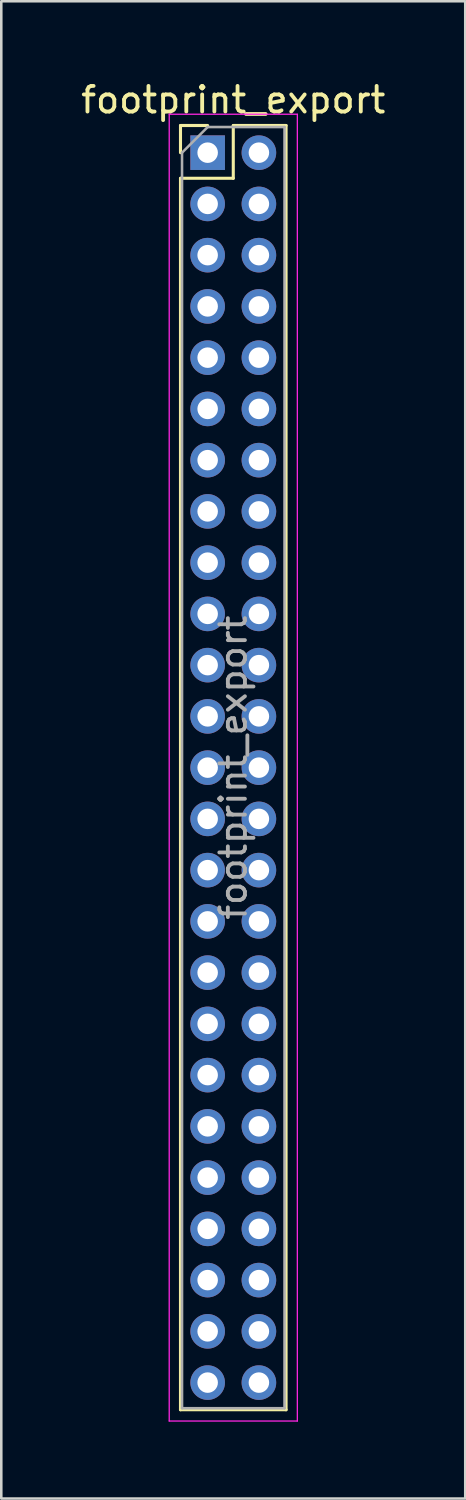
<source format=kicad_pcb>
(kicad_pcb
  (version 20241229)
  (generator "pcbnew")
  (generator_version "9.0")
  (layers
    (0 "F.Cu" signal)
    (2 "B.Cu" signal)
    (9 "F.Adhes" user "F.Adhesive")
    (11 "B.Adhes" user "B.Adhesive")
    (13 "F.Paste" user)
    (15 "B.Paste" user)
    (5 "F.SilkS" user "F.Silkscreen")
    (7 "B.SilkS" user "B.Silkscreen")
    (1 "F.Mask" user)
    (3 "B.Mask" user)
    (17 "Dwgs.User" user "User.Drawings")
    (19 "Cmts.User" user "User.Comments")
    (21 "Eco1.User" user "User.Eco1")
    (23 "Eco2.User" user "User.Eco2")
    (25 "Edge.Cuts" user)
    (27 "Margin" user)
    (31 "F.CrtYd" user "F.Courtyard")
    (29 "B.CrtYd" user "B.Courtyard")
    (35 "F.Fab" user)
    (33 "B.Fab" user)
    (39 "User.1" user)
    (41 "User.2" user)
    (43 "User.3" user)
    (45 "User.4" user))
  (footprint "footprint_export"
    (layer "F.Cu")
    (at 5.054 2.908)
    (property "Reference" "footprint_export" (at 1 -2.06 0) (layer "F.SilkS") (effects (font (size 1 1) (thickness 0.15))))
    (attr through_hole)
    (fp_line (start -1.06 -1.06) (end 0 -1.06) (stroke (width 0.12) (type solid)) (layer "F.SilkS"))
    (fp_line (start -1.06 0) (end -1.06 -1.06) (stroke (width 0.12) (type solid)) (layer "F.SilkS"))
    (fp_line (start -1.06 1) (end -1.06 49.06) (stroke (width 0.12) (type solid)) (layer "F.SilkS"))
    (fp_line (start -1.06 1) (end 1 1) (stroke (width 0.12) (type solid)) (layer "F.SilkS"))
    (fp_line (start -1.06 49.06) (end 3.06 49.06) (stroke (width 0.12) (type solid)) (layer "F.SilkS"))
    (fp_line (start 1 -1.06) (end 3.06 -1.06) (stroke (width 0.12) (type solid)) (layer "F.SilkS"))
    (fp_line (start 1 1) (end 1 -1.06) (stroke (width 0.12) (type solid)) (layer "F.SilkS"))
    (fp_line (start 3.06 -1.06) (end 3.06 49.06) (stroke (width 0.12) (type solid)) (layer "F.SilkS"))
    (fp_line (start -1.5 -1.5) (end -1.5 49.5) (stroke (width 0.05) (type solid)) (layer "F.CrtYd"))
    (fp_line (start -1.5 49.5) (end 3.5 49.5) (stroke (width 0.05) (type solid)) (layer "F.CrtYd"))
    (fp_line (start 3.5 -1.5) (end -1.5 -1.5) (stroke (width 0.05) (type solid)) (layer "F.CrtYd"))
    (fp_line (start 3.5 49.5) (end 3.5 -1.5) (stroke (width 0.05) (type solid)) (layer "F.CrtYd"))
    (fp_line (start -1 0) (end 0 -1) (stroke (width 0.1) (type solid)) (layer "F.Fab"))
    (fp_line (start -1 49) (end -1 0) (stroke (width 0.1) (type solid)) (layer "F.Fab"))
    (fp_line (start 0 -1) (end 3 -1) (stroke (width 0.1) (type solid)) (layer "F.Fab"))
    (fp_line (start 3 -1) (end 3 49) (stroke (width 0.1) (type solid)) (layer "F.Fab"))
    (fp_line (start 3 49) (end -1 49) (stroke (width 0.1) (type solid)) (layer "F.Fab"))
    (fp_text user "${REFERENCE}" (at 1 24 90) (layer "F.Fab") (effects (font (size 1 1) (thickness 0.15))))
    (pad "1" thru_hole rect (at 0 0) (size 1.35 1.35) (drill 0.8) (layers "*.Cu" "*.Mask"))
    (pad "2" thru_hole oval (at 2 0) (size 1.35 1.35) (drill 0.8) (layers "*.Cu" "*.Mask"))
    (pad "3" thru_hole oval (at 0 2) (size 1.35 1.35) (drill 0.8) (layers "*.Cu" "*.Mask"))
    (pad "4" thru_hole oval (at 2 2) (size 1.35 1.35) (drill 0.8) (layers "*.Cu" "*.Mask"))
    (pad "5" thru_hole oval (at 0 4) (size 1.35 1.35) (drill 0.8) (layers "*.Cu" "*.Mask"))
    (pad "6" thru_hole oval (at 2 4) (size 1.35 1.35) (drill 0.8) (layers "*.Cu" "*.Mask"))
    (pad "7" thru_hole oval (at 0 6) (size 1.35 1.35) (drill 0.8) (layers "*.Cu" "*.Mask"))
    (pad "8" thru_hole oval (at 2 6) (size 1.35 1.35) (drill 0.8) (layers "*.Cu" "*.Mask"))
    (pad "9" thru_hole oval (at 0 8) (size 1.35 1.35) (drill 0.8) (layers "*.Cu" "*.Mask"))
    (pad "10" thru_hole oval (at 2 8) (size 1.35 1.35) (drill 0.8) (layers "*.Cu" "*.Mask"))
    (pad "11" thru_hole oval (at 0 10) (size 1.35 1.35) (drill 0.8) (layers "*.Cu" "*.Mask"))
    (pad "12" thru_hole oval (at 2 10) (size 1.35 1.35) (drill 0.8) (layers "*.Cu" "*.Mask"))
    (pad "13" thru_hole oval (at 0 12) (size 1.35 1.35) (drill 0.8) (layers "*.Cu" "*.Mask"))
    (pad "14" thru_hole oval (at 2 12) (size 1.35 1.35) (drill 0.8) (layers "*.Cu" "*.Mask"))
    (pad "15" thru_hole oval (at 0 14) (size 1.35 1.35) (drill 0.8) (layers "*.Cu" "*.Mask"))
    (pad "16" thru_hole oval (at 2 14) (size 1.35 1.35) (drill 0.8) (layers "*.Cu" "*.Mask"))
    (pad "17" thru_hole oval (at 0 16) (size 1.35 1.35) (drill 0.8) (layers "*.Cu" "*.Mask"))
    (pad "18" thru_hole oval (at 2 16) (size 1.35 1.35) (drill 0.8) (layers "*.Cu" "*.Mask"))
    (pad "19" thru_hole oval (at 0 18) (size 1.35 1.35) (drill 0.8) (layers "*.Cu" "*.Mask"))
    (pad "20" thru_hole oval (at 2 18) (size 1.35 1.35) (drill 0.8) (layers "*.Cu" "*.Mask"))
    (pad "21" thru_hole oval (at 0 20) (size 1.35 1.35) (drill 0.8) (layers "*.Cu" "*.Mask"))
    (pad "22" thru_hole oval (at 2 20) (size 1.35 1.35) (drill 0.8) (layers "*.Cu" "*.Mask"))
    (pad "23" thru_hole oval (at 0 22) (size 1.35 1.35) (drill 0.8) (layers "*.Cu" "*.Mask"))
    (pad "24" thru_hole oval (at 2 22) (size 1.35 1.35) (drill 0.8) (layers "*.Cu" "*.Mask"))
    (pad "25" thru_hole oval (at 0 24) (size 1.35 1.35) (drill 0.8) (layers "*.Cu" "*.Mask"))
    (pad "26" thru_hole oval (at 2 24) (size 1.35 1.35) (drill 0.8) (layers "*.Cu" "*.Mask"))
    (pad "27" thru_hole oval (at 0 26) (size 1.35 1.35) (drill 0.8) (layers "*.Cu" "*.Mask"))
    (pad "28" thru_hole oval (at 2 26) (size 1.35 1.35) (drill 0.8) (layers "*.Cu" "*.Mask"))
    (pad "29" thru_hole oval (at 0 28) (size 1.35 1.35) (drill 0.8) (layers "*.Cu" "*.Mask"))
    (pad "30" thru_hole oval (at 2 28) (size 1.35 1.35) (drill 0.8) (layers "*.Cu" "*.Mask"))
    (pad "31" thru_hole oval (at 0 30) (size 1.35 1.35) (drill 0.8) (layers "*.Cu" "*.Mask"))
    (pad "32" thru_hole oval (at 2 30) (size 1.35 1.35) (drill 0.8) (layers "*.Cu" "*.Mask"))
    (pad "33" thru_hole oval (at 0 32) (size 1.35 1.35) (drill 0.8) (layers "*.Cu" "*.Mask"))
    (pad "34" thru_hole oval (at 2 32) (size 1.35 1.35) (drill 0.8) (layers "*.Cu" "*.Mask"))
    (pad "35" thru_hole oval (at 0 34) (size 1.35 1.35) (drill 0.8) (layers "*.Cu" "*.Mask"))
    (pad "36" thru_hole oval (at 2 34) (size 1.35 1.35) (drill 0.8) (layers "*.Cu" "*.Mask"))
    (pad "37" thru_hole oval (at 0 36) (size 1.35 1.35) (drill 0.8) (layers "*.Cu" "*.Mask"))
    (pad "38" thru_hole oval (at 2 36) (size 1.35 1.35) (drill 0.8) (layers "*.Cu" "*.Mask"))
    (pad "39" thru_hole oval (at 0 38) (size 1.35 1.35) (drill 0.8) (layers "*.Cu" "*.Mask"))
    (pad "40" thru_hole oval (at 2 38) (size 1.35 1.35) (drill 0.8) (layers "*.Cu" "*.Mask"))
    (pad "41" thru_hole oval (at 0 40) (size 1.35 1.35) (drill 0.8) (layers "*.Cu" "*.Mask"))
    (pad "42" thru_hole oval (at 2 40) (size 1.35 1.35) (drill 0.8) (layers "*.Cu" "*.Mask"))
    (pad "43" thru_hole oval (at 0 42) (size 1.35 1.35) (drill 0.8) (layers "*.Cu" "*.Mask"))
    (pad "44" thru_hole oval (at 2 42) (size 1.35 1.35) (drill 0.8) (layers "*.Cu" "*.Mask"))
    (pad "45" thru_hole oval (at 0 44) (size 1.35 1.35) (drill 0.8) (layers "*.Cu" "*.Mask"))
    (pad "46" thru_hole oval (at 2 44) (size 1.35 1.35) (drill 0.8) (layers "*.Cu" "*.Mask"))
    (pad "47" thru_hole oval (at 0 46) (size 1.35 1.35) (drill 0.8) (layers "*.Cu" "*.Mask"))
    (pad "48" thru_hole oval (at 2 46) (size 1.35 1.35) (drill 0.8) (layers "*.Cu" "*.Mask"))
    (pad "49" thru_hole oval (at 0 48) (size 1.35 1.35) (drill 0.8) (layers "*.Cu" "*.Mask"))
    (pad "50" thru_hole oval (at 2 48) (size 1.35 1.35) (drill 0.8) (layers "*.Cu" "*.Mask")))
  (gr_rect
    (start -3 -3)
    (end 15.107 55.433)
    (stroke (width 0.1) (type default))
    (fill no)
    (layer "Edge.Cuts")))
</source>
